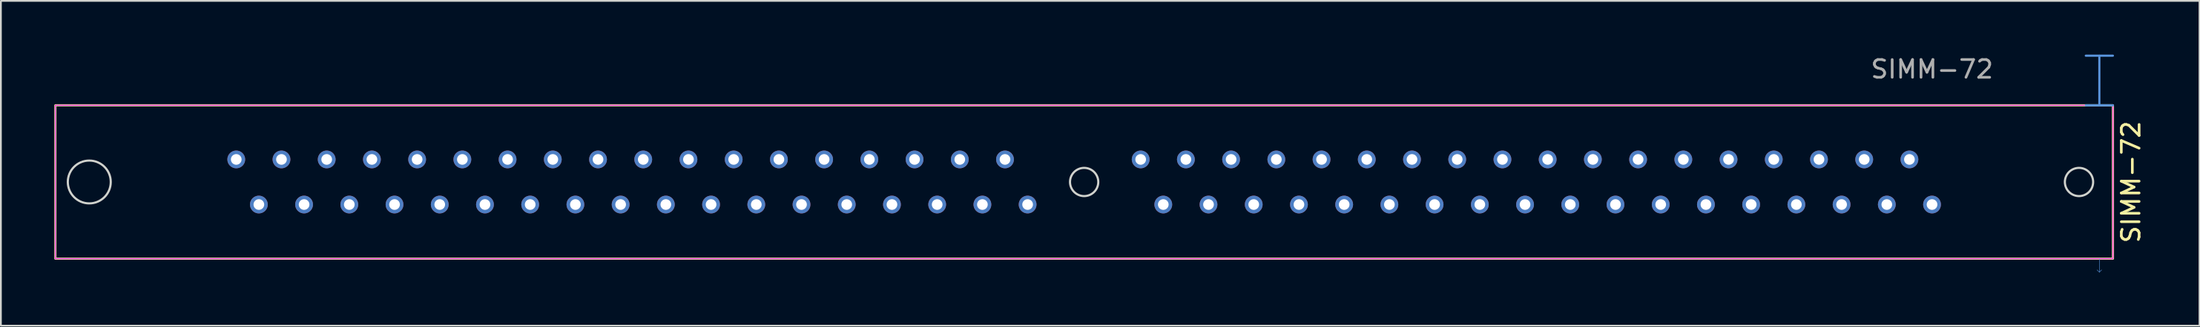
<source format=kicad_pcb>
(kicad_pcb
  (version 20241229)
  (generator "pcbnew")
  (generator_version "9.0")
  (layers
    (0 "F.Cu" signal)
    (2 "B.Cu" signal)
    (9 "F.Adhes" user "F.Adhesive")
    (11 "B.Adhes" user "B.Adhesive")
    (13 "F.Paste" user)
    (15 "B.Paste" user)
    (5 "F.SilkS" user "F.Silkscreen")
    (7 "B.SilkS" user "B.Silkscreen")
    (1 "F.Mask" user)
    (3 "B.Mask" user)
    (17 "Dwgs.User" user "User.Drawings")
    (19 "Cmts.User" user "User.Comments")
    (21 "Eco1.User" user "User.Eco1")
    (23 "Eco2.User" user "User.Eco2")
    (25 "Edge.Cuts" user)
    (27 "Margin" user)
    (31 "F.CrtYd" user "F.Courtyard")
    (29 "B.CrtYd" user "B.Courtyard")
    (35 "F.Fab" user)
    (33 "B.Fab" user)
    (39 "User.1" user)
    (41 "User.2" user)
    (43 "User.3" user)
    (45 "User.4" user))
  (footprint "SIMM-72"
    (layer "F.Cu")
    (at 105.47 8.468)
    (property "Reference" "SIMM-72" (at 11.176 -1.27 90) (unlocked yes) (layer "F.SilkS") (effects (font (size 1 1) (thickness 0.15))))
    (attr through_hole)
    (fp_rect (start -105.41 -5.588) (end 10.16 3.048) (stroke (width 0.12) (type default)) (fill no) (layer "F.SilkS"))
    (fp_line (start 9.271 3.683) (end 9.398 3.81) (stroke (width 0.025) (type default)) (layer "Cmts.User"))
    (fp_line (start 9.398 -5.588) (end 9.398 -8.382) (stroke (width 0.12) (type default)) (layer "Cmts.User"))
    (fp_line (start 9.398 3.048) (end 9.398 3.81) (stroke (width 0.025) (type default)) (layer "Cmts.User"))
    (fp_line (start 9.398 3.81) (end 9.525 3.683) (stroke (width 0.025) (type default)) (layer "Cmts.User"))
    (fp_line (start 10.16 -8.382) (end 8.636 -8.382) (stroke (width 0.12) (type default)) (layer "Cmts.User"))
    (fp_line (start 10.16 -5.588) (end 8.636 -5.588) (stroke (width 0.12) (type default)) (layer "Cmts.User"))
    (fp_circle (center -103.505 -1.27) (end -102.299 -1.27) (stroke (width 0.12) (type default)) (fill no) (layer "Edge.Cuts"))
    (fp_circle (center -47.625 -1.27) (end -46.831 -1.27) (stroke (width 0.12) (type default)) (fill no) (layer "Edge.Cuts"))
    (fp_circle (center 8.255 -1.27) (end 9.049 -1.27) (stroke (width 0.12) (type default)) (fill no) (layer "Edge.Cuts"))
    (fp_rect (start -105.41 -5.588) (end 10.16 3.048) (stroke (width 0.051) (type default)) (fill no) (layer "F.CrtYd"))
    (fp_text user "${REFERENCE}" (at 0 -7.62 0) (unlocked yes) (layer "F.Fab") (effects (font (size 1 1) (thickness 0.15))))
    (pad "1" thru_hole circle (at 0 0) (size 1 1) (drill 0.6) (layers "*.Cu" "*.Mask"))
    (pad "2" thru_hole circle (at -1.27 -2.54) (size 1 1) (drill 0.6) (layers "*.Cu" "*.Mask"))
    (pad "3" thru_hole circle (at -2.54 0) (size 1 1) (drill 0.6) (layers "*.Cu" "*.Mask"))
    (pad "4" thru_hole circle (at -3.81 -2.54) (size 1 1) (drill 0.6) (layers "*.Cu" "*.Mask"))
    (pad "5" thru_hole circle (at -5.08 0) (size 1 1) (drill 0.6) (layers "*.Cu" "*.Mask"))
    (pad "6" thru_hole circle (at -6.35 -2.54) (size 1 1) (drill 0.6) (layers "*.Cu" "*.Mask"))
    (pad "7" thru_hole circle (at -7.62 0) (size 1 1) (drill 0.6) (layers "*.Cu" "*.Mask"))
    (pad "8" thru_hole circle (at -8.89 -2.54) (size 1 1) (drill 0.6) (layers "*.Cu" "*.Mask"))
    (pad "9" thru_hole circle (at -10.16 0) (size 1 1) (drill 0.6) (layers "*.Cu" "*.Mask"))
    (pad "10" thru_hole circle (at -11.43 -2.54) (size 1 1) (drill 0.6) (layers "*.Cu" "*.Mask"))
    (pad "11" thru_hole circle (at -12.7 0) (size 1 1) (drill 0.6) (layers "*.Cu" "*.Mask"))
    (pad "12" thru_hole circle (at -13.97 -2.54) (size 1 1) (drill 0.6) (layers "*.Cu" "*.Mask"))
    (pad "13" thru_hole circle (at -15.24 0) (size 1 1) (drill 0.6) (layers "*.Cu" "*.Mask"))
    (pad "14" thru_hole circle (at -16.51 -2.54) (size 1 1) (drill 0.6) (layers "*.Cu" "*.Mask"))
    (pad "15" thru_hole circle (at -17.78 0) (size 1 1) (drill 0.6) (layers "*.Cu" "*.Mask"))
    (pad "16" thru_hole circle (at -19.05 -2.54) (size 1 1) (drill 0.6) (layers "*.Cu" "*.Mask"))
    (pad "17" thru_hole circle (at -20.32 0) (size 1 1) (drill 0.6) (layers "*.Cu" "*.Mask"))
    (pad "18" thru_hole circle (at -21.59 -2.54) (size 1 1) (drill 0.6) (layers "*.Cu" "*.Mask"))
    (pad "19" thru_hole circle (at -22.86 0) (size 1 1) (drill 0.6) (layers "*.Cu" "*.Mask"))
    (pad "20" thru_hole circle (at -24.13 -2.54) (size 1 1) (drill 0.6) (layers "*.Cu" "*.Mask"))
    (pad "21" thru_hole circle (at -25.4 0) (size 1 1) (drill 0.6) (layers "*.Cu" "*.Mask"))
    (pad "22" thru_hole circle (at -26.67 -2.54) (size 1 1) (drill 0.6) (layers "*.Cu" "*.Mask"))
    (pad "23" thru_hole circle (at -27.94 0) (size 1 1) (drill 0.6) (layers "*.Cu" "*.Mask"))
    (pad "24" thru_hole circle (at -29.21 -2.54) (size 1 1) (drill 0.6) (layers "*.Cu" "*.Mask"))
    (pad "25" thru_hole circle (at -30.48 0) (size 1 1) (drill 0.6) (layers "*.Cu" "*.Mask"))
    (pad "26" thru_hole circle (at -31.75 -2.54) (size 1 1) (drill 0.6) (layers "*.Cu" "*.Mask"))
    (pad "27" thru_hole circle (at -33.02 0) (size 1 1) (drill 0.6) (layers "*.Cu" "*.Mask"))
    (pad "28" thru_hole circle (at -34.29 -2.54) (size 1 1) (drill 0.6) (layers "*.Cu" "*.Mask"))
    (pad "29" thru_hole circle (at -35.56 0) (size 1 1) (drill 0.6) (layers "*.Cu" "*.Mask"))
    (pad "30" thru_hole circle (at -36.83 -2.54) (size 1 1) (drill 0.6) (layers "*.Cu" "*.Mask"))
    (pad "31" thru_hole circle (at -38.1 0) (size 1 1) (drill 0.6) (layers "*.Cu" "*.Mask"))
    (pad "32" thru_hole circle (at -39.37 -2.54) (size 1 1) (drill 0.6) (layers "*.Cu" "*.Mask"))
    (pad "33" thru_hole circle (at -40.64 0) (size 1 1) (drill 0.6) (layers "*.Cu" "*.Mask"))
    (pad "34" thru_hole circle (at -41.91 -2.54) (size 1 1) (drill 0.6) (layers "*.Cu" "*.Mask"))
    (pad "35" thru_hole circle (at -43.18 0) (size 1 1) (drill 0.6) (layers "*.Cu" "*.Mask"))
    (pad "36" thru_hole circle (at -44.45 -2.54) (size 1 1) (drill 0.6) (layers "*.Cu" "*.Mask"))
    (pad "37" thru_hole circle (at -50.8 0) (size 1 1) (drill 0.6) (layers "*.Cu" "*.Mask"))
    (pad "38" thru_hole circle (at -52.07 -2.54) (size 1 1) (drill 0.6) (layers "*.Cu" "*.Mask"))
    (pad "39" thru_hole circle (at -53.34 0) (size 1 1) (drill 0.6) (layers "*.Cu" "*.Mask"))
    (pad "40" thru_hole circle (at -54.61 -2.54) (size 1 1) (drill 0.6) (layers "*.Cu" "*.Mask"))
    (pad "41" thru_hole circle (at -55.88 0) (size 1 1) (drill 0.6) (layers "*.Cu" "*.Mask"))
    (pad "42" thru_hole circle (at -57.15 -2.54) (size 1 1) (drill 0.6) (layers "*.Cu" "*.Mask"))
    (pad "43" thru_hole circle (at -58.42 0) (size 1 1) (drill 0.6) (layers "*.Cu" "*.Mask"))
    (pad "44" thru_hole circle (at -59.69 -2.54) (size 1 1) (drill 0.6) (layers "*.Cu" "*.Mask"))
    (pad "45" thru_hole circle (at -60.96 0) (size 1 1) (drill 0.6) (layers "*.Cu" "*.Mask"))
    (pad "46" thru_hole circle (at -62.23 -2.54) (size 1 1) (drill 0.6) (layers "*.Cu" "*.Mask"))
    (pad "47" thru_hole circle (at -63.5 0) (size 1 1) (drill 0.6) (layers "*.Cu" "*.Mask"))
    (pad "48" thru_hole circle (at -64.77 -2.54) (size 1 1) (drill 0.6) (layers "*.Cu" "*.Mask"))
    (pad "49" thru_hole circle (at -66.04 0) (size 1 1) (drill 0.6) (layers "*.Cu" "*.Mask"))
    (pad "50" thru_hole circle (at -67.31 -2.54) (size 1 1) (drill 0.6) (layers "*.Cu" "*.Mask"))
    (pad "51" thru_hole circle (at -68.58 0) (size 1 1) (drill 0.6) (layers "*.Cu" "*.Mask"))
    (pad "52" thru_hole circle (at -69.85 -2.54) (size 1 1) (drill 0.6) (layers "*.Cu" "*.Mask"))
    (pad "53" thru_hole circle (at -71.12 0) (size 1 1) (drill 0.6) (layers "*.Cu" "*.Mask"))
    (pad "54" thru_hole circle (at -72.39 -2.54) (size 1 1) (drill 0.6) (layers "*.Cu" "*.Mask"))
    (pad "55" thru_hole circle (at -73.66 0) (size 1 1) (drill 0.6) (layers "*.Cu" "*.Mask"))
    (pad "56" thru_hole circle (at -74.93 -2.54) (size 1 1) (drill 0.6) (layers "*.Cu" "*.Mask"))
    (pad "57" thru_hole circle (at -76.2 0) (size 1 1) (drill 0.6) (layers "*.Cu" "*.Mask"))
    (pad "58" thru_hole circle (at -77.47 -2.54) (size 1 1) (drill 0.6) (layers "*.Cu" "*.Mask"))
    (pad "59" thru_hole circle (at -78.74 0) (size 1 1) (drill 0.6) (layers "*.Cu" "*.Mask"))
    (pad "60" thru_hole circle (at -80.01 -2.54) (size 1 1) (drill 0.6) (layers "*.Cu" "*.Mask"))
    (pad "61" thru_hole circle (at -81.28 0) (size 1 1) (drill 0.6) (layers "*.Cu" "*.Mask"))
    (pad "62" thru_hole circle (at -82.55 -2.54) (size 1 1) (drill 0.6) (layers "*.Cu" "*.Mask"))
    (pad "63" thru_hole circle (at -83.82 0) (size 1 1) (drill 0.6) (layers "*.Cu" "*.Mask"))
    (pad "64" thru_hole circle (at -85.09 -2.54) (size 1 1) (drill 0.6) (layers "*.Cu" "*.Mask"))
    (pad "65" thru_hole circle (at -86.36 0) (size 1 1) (drill 0.6) (layers "*.Cu" "*.Mask"))
    (pad "66" thru_hole circle (at -87.63 -2.54) (size 1 1) (drill 0.6) (layers "*.Cu" "*.Mask"))
    (pad "67" thru_hole circle (at -88.9 0) (size 1 1) (drill 0.6) (layers "*.Cu" "*.Mask"))
    (pad "68" thru_hole circle (at -90.17 -2.54) (size 1 1) (drill 0.6) (layers "*.Cu" "*.Mask"))
    (pad "69" thru_hole circle (at -91.44 0) (size 1 1) (drill 0.6) (layers "*.Cu" "*.Mask"))
    (pad "70" thru_hole circle (at -92.71 -2.54) (size 1 1) (drill 0.6) (layers "*.Cu" "*.Mask"))
    (pad "71" thru_hole circle (at -93.98 0) (size 1 1) (drill 0.6) (layers "*.Cu" "*.Mask"))
    (pad "72" thru_hole circle (at -95.25 -2.54) (size 1 1) (drill 0.6) (layers "*.Cu" "*.Mask")))
  (gr_rect
    (start -3 -3)
    (end 120.494 15.291)
    (stroke (width 0.1) (type default))
    (fill no)
    (layer "Edge.Cuts")))
</source>
